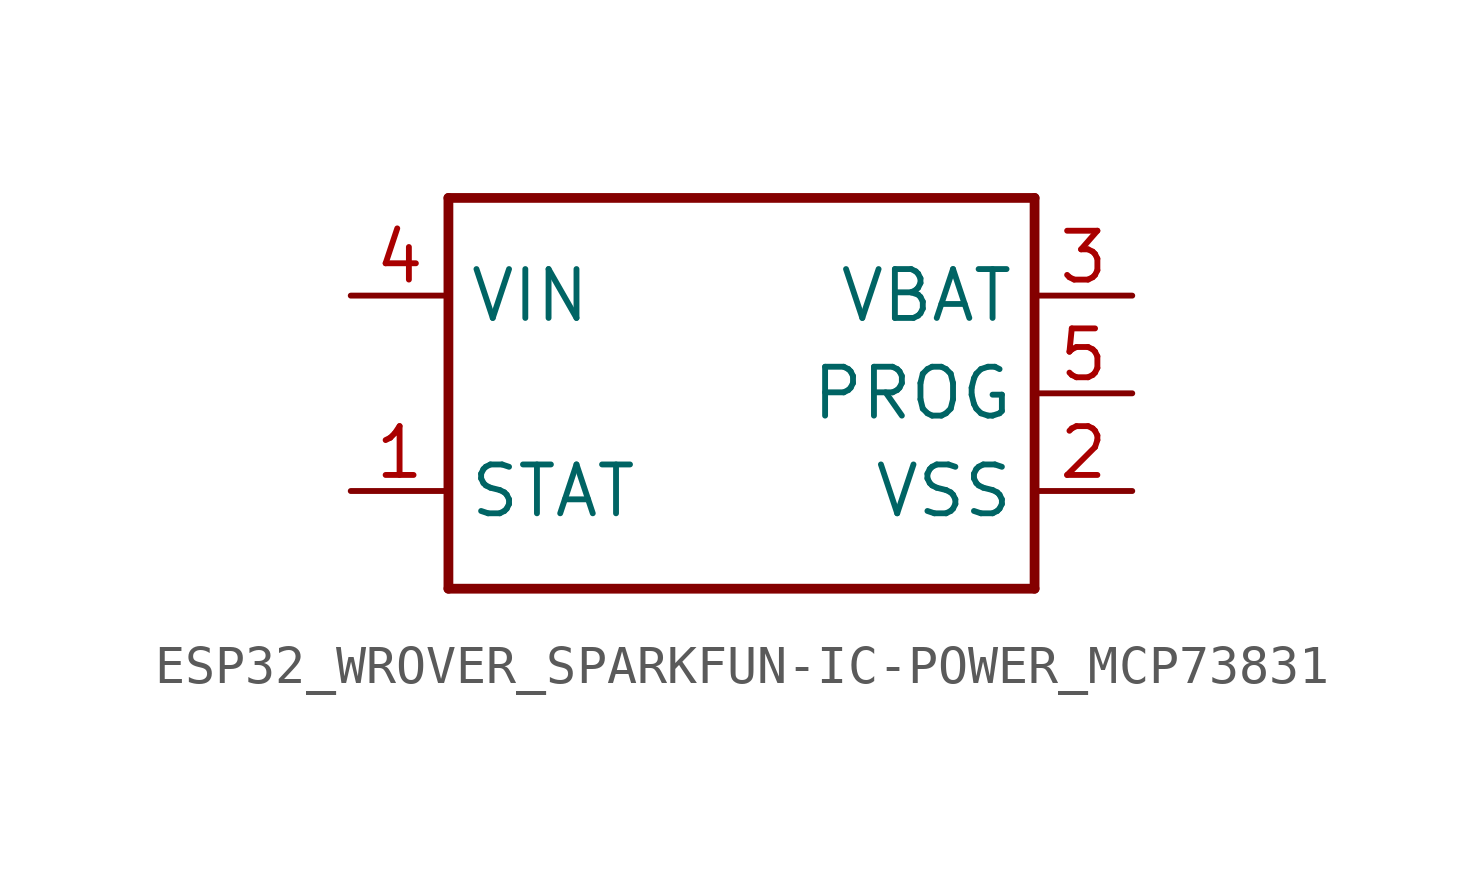
<source format=kicad_sym>
(kicad_symbol_lib
  (version 20220914)
  (generator kicad_symbol_editor)
  (symbol "ESP32_WROVER_SPARKFUN-IC-POWER_MCP73831"
    (property "Reference" "U"
      (at -7.62 5.588 0)
      (effects (font (size 1.778 1.511)) (justify left bottom) hide))
    (property "ki_locked" ""
      (at 0 0 0)
      (effects (font (size 1.27 1.27))))
    (symbol "ESP32_WROVER_SPARKFUN-IC-POWER_MCP73831_1_0"
      (polyline (pts (xy -7.62 -5.08) (xy -7.62 5.08)) (stroke (width 0.254) (type solid)) (fill (type none)))
      (polyline (pts (xy -7.62 5.08) (xy 7.62 5.08)) (stroke (width 0.254) (type solid)) (fill (type none)))
      (polyline (pts (xy 7.62 -5.08) (xy -7.62 -5.08)) (stroke (width 0.254) (type solid)) (fill (type none)))
      (polyline (pts (xy 7.62 5.08) (xy 7.62 -5.08)) (stroke (width 0.254) (type solid)) (fill (type none)))
      (pin output line (at -10.16 -2.54 0) (length 2.54) (name "STAT" (effects (font (size 1.27 1.27)))) (number "1" (effects (font (size 1.27 1.27)))))
      (pin power_in line (at 10.16 -2.54 180) (length 2.54) (name "VSS" (effects (font (size 1.27 1.27)))) (number "2" (effects (font (size 1.27 1.27)))))
      (pin power_in line (at 10.16 2.54 180) (length 2.54) (name "VBAT" (effects (font (size 1.27 1.27)))) (number "3" (effects (font (size 1.27 1.27)))))
      (pin power_in line (at -10.16 2.54 0) (length 2.54) (name "VIN" (effects (font (size 1.27 1.27)))) (number "4" (effects (font (size 1.27 1.27)))))
      (pin input line (at 10.16 0 180) (length 2.54) (name "PROG" (effects (font (size 1.27 1.27)))) (number "5" (effects (font (size 1.27 1.27))))))))
</source>
